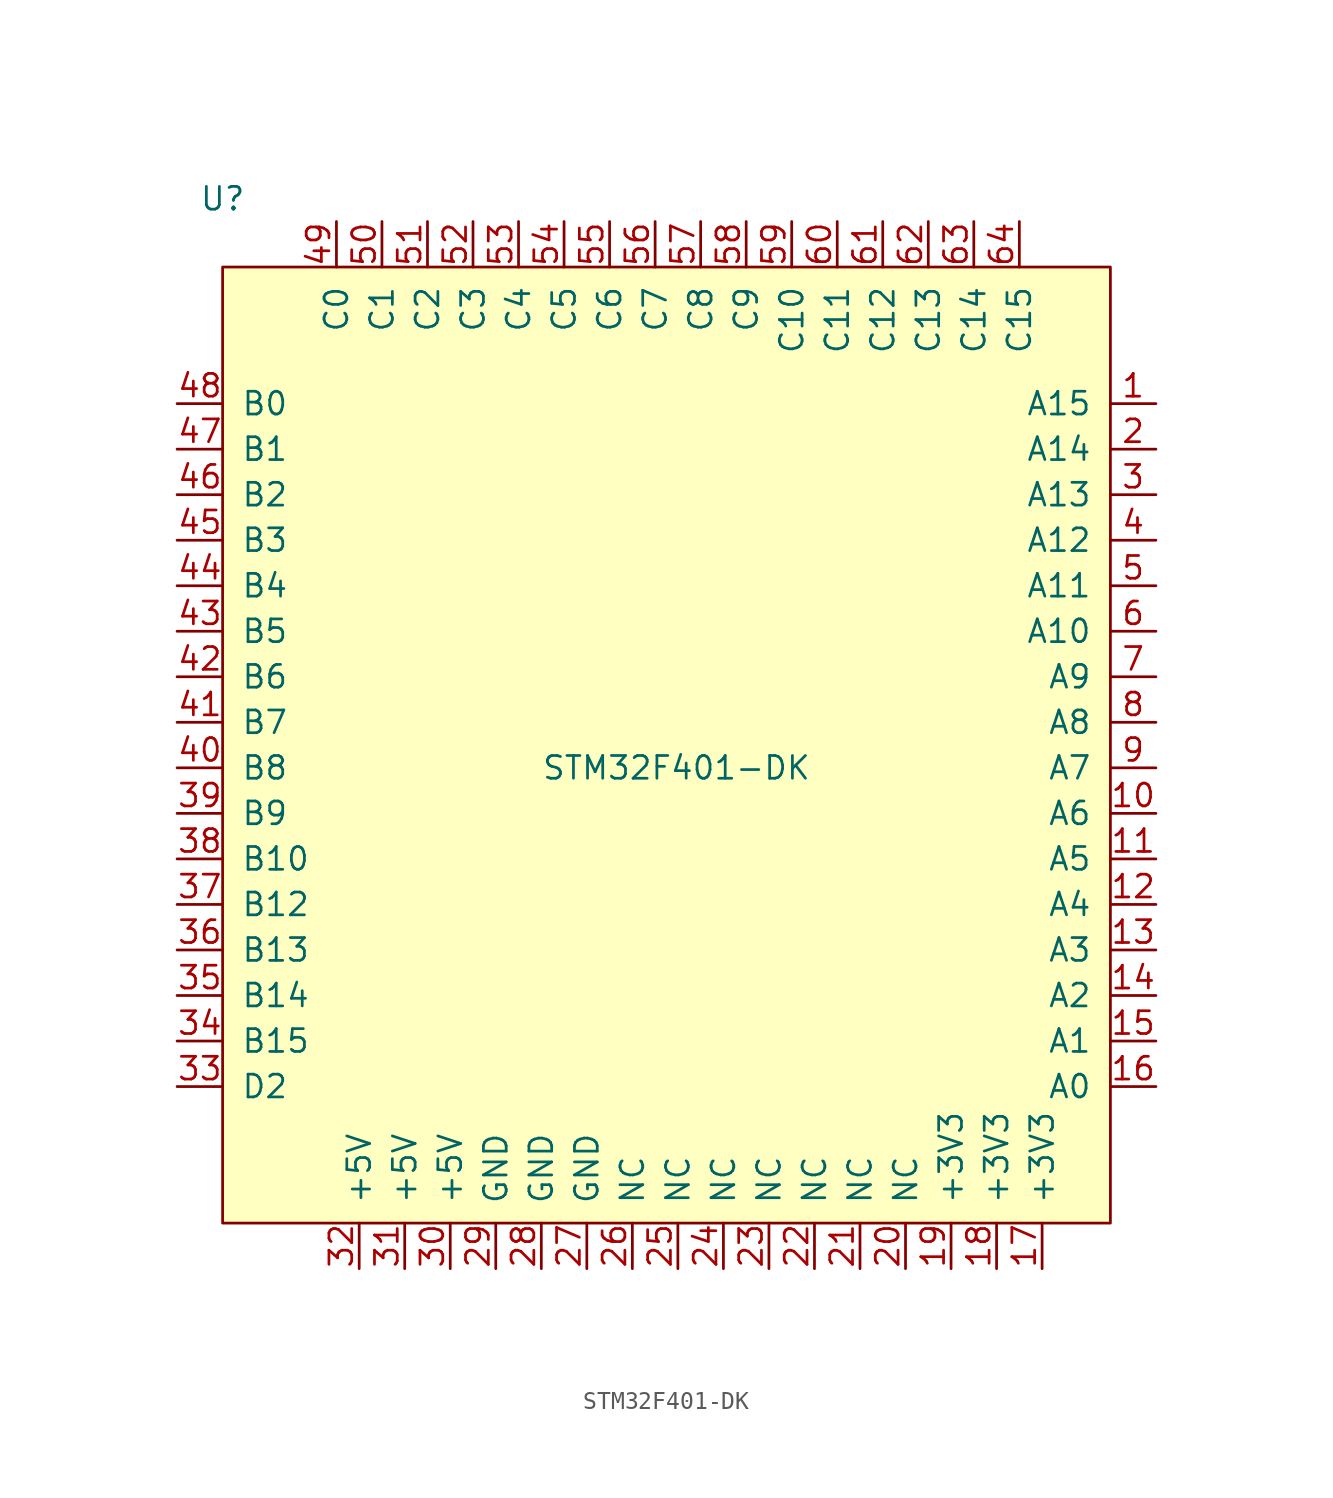
<source format=kicad_sym>
(kicad_symbol_lib
  (version 20241209)
  (generator "kicad_symbol_editor")
  (generator_version "9.0")
  (symbol "STM32F401-DK"
    (pin_names
      (offset 1.016))
    (property "Reference" "U"
      (at -25.4 30.48 0)
      (effects (font (size 1.27 1.27))))
    (property "Value" "STM32F401-DK"
      (at -7.62 -1.27 0)
      (effects (font (size 1.27 1.27)) (justify left)))
    (symbol "STM32F401-DK_0_1"
      (rectangle (start -25.4 26.67) (end 24.13 -26.67) (stroke (width 0) (type solid)) (fill (type background))))
    (symbol "STM32F401-DK_1_1"
      (pin input line (at -27.94 19.05 0) (length 2.54) (name "B0" (effects (font (size 1.27 1.27)))) (number "48" (effects (font (size 1.27 1.27)))))
      (pin input line (at -27.94 16.51 0) (length 2.54) (name "B1" (effects (font (size 1.27 1.27)))) (number "47" (effects (font (size 1.27 1.27)))))
      (pin input line (at -27.94 13.97 0) (length 2.54) (name "B2" (effects (font (size 1.27 1.27)))) (number "46" (effects (font (size 1.27 1.27)))))
      (pin input line (at -27.94 11.43 0) (length 2.54) (name "B3" (effects (font (size 1.27 1.27)))) (number "45" (effects (font (size 1.27 1.27)))))
      (pin input line (at -27.94 8.89 0) (length 2.54) (name "B4" (effects (font (size 1.27 1.27)))) (number "44" (effects (font (size 1.27 1.27)))))
      (pin input line (at -27.94 6.35 0) (length 2.54) (name "B5" (effects (font (size 1.27 1.27)))) (number "43" (effects (font (size 1.27 1.27)))))
      (pin input line (at -27.94 3.81 0) (length 2.54) (name "B6" (effects (font (size 1.27 1.27)))) (number "42" (effects (font (size 1.27 1.27)))))
      (pin input line (at -27.94 1.27 0) (length 2.54) (name "B7" (effects (font (size 1.27 1.27)))) (number "41" (effects (font (size 1.27 1.27)))))
      (pin input line (at -27.94 -1.27 0) (length 2.54) (name "B8" (effects (font (size 1.27 1.27)))) (number "40" (effects (font (size 1.27 1.27)))))
      (pin input line (at -27.94 -3.81 0) (length 2.54) (name "B9" (effects (font (size 1.27 1.27)))) (number "39" (effects (font (size 1.27 1.27)))))
      (pin input line (at -27.94 -6.35 0) (length 2.54) (name "B10" (effects (font (size 1.27 1.27)))) (number "38" (effects (font (size 1.27 1.27)))))
      (pin input line (at -27.94 -8.89 0) (length 2.54) (name "B12" (effects (font (size 1.27 1.27)))) (number "37" (effects (font (size 1.27 1.27)))))
      (pin input line (at -27.94 -11.43 0) (length 2.54) (name "B13" (effects (font (size 1.27 1.27)))) (number "36" (effects (font (size 1.27 1.27)))))
      (pin input line (at -27.94 -13.97 0) (length 2.54) (name "B14" (effects (font (size 1.27 1.27)))) (number "35" (effects (font (size 1.27 1.27)))))
      (pin input line (at -27.94 -16.51 0) (length 2.54) (name "B15" (effects (font (size 1.27 1.27)))) (number "34" (effects (font (size 1.27 1.27)))))
      (pin input line (at -27.94 -19.05 0) (length 2.54) (name "D2" (effects (font (size 1.27 1.27)))) (number "33" (effects (font (size 1.27 1.27)))))
      (pin input line (at -19.05 29.21 270) (length 2.54) (name "C0" (effects (font (size 1.27 1.27)))) (number "49" (effects (font (size 1.27 1.27)))))
      (pin power_in line (at -17.78 -29.21 90) (length 2.54) (name "+5V" (effects (font (size 1.27 1.27)))) (number "32" (effects (font (size 1.27 1.27)))))
      (pin input line (at -16.51 29.21 270) (length 2.54) (name "C1" (effects (font (size 1.27 1.27)))) (number "50" (effects (font (size 1.27 1.27)))))
      (pin power_in line (at -15.24 -29.21 90) (length 2.54) (name "+5V" (effects (font (size 1.27 1.27)))) (number "31" (effects (font (size 1.27 1.27)))))
      (pin input line (at -13.97 29.21 270) (length 2.54) (name "C2" (effects (font (size 1.27 1.27)))) (number "51" (effects (font (size 1.27 1.27)))))
      (pin power_in line (at -12.7 -29.21 90) (length 2.54) (name "+5V" (effects (font (size 1.27 1.27)))) (number "30" (effects (font (size 1.27 1.27)))))
      (pin input line (at -11.43 29.21 270) (length 2.54) (name "C3" (effects (font (size 1.27 1.27)))) (number "52" (effects (font (size 1.27 1.27)))))
      (pin power_in line (at -10.16 -29.21 90) (length 2.54) (name "GND" (effects (font (size 1.27 1.27)))) (number "29" (effects (font (size 1.27 1.27)))))
      (pin input line (at -8.89 29.21 270) (length 2.54) (name "C4" (effects (font (size 1.27 1.27)))) (number "53" (effects (font (size 1.27 1.27)))))
      (pin power_in line (at -7.62 -29.21 90) (length 2.54) (name "GND" (effects (font (size 1.27 1.27)))) (number "28" (effects (font (size 1.27 1.27)))))
      (pin input line (at -6.35 29.21 270) (length 2.54) (name "C5" (effects (font (size 1.27 1.27)))) (number "54" (effects (font (size 1.27 1.27)))))
      (pin power_in line (at -5.08 -29.21 90) (length 2.54) (name "GND" (effects (font (size 1.27 1.27)))) (number "27" (effects (font (size 1.27 1.27)))))
      (pin input line (at -3.81 29.21 270) (length 2.54) (name "C6" (effects (font (size 1.27 1.27)))) (number "55" (effects (font (size 1.27 1.27)))))
      (pin input line (at -2.54 -29.21 90) (length 2.54) (name "NC" (effects (font (size 1.27 1.27)))) (number "26" (effects (font (size 1.27 1.27)))))
      (pin input line (at -1.27 29.21 270) (length 2.54) (name "C7" (effects (font (size 1.27 1.27)))) (number "56" (effects (font (size 1.27 1.27)))))
      (pin input line (at 0 -29.21 90) (length 2.54) (name "NC" (effects (font (size 1.27 1.27)))) (number "25" (effects (font (size 1.27 1.27)))))
      (pin input line (at 1.27 29.21 270) (length 2.54) (name "C8" (effects (font (size 1.27 1.27)))) (number "57" (effects (font (size 1.27 1.27)))))
      (pin input line (at 2.54 -29.21 90) (length 2.54) (name "NC" (effects (font (size 1.27 1.27)))) (number "24" (effects (font (size 1.27 1.27)))))
      (pin input line (at 3.81 29.21 270) (length 2.54) (name "C9" (effects (font (size 1.27 1.27)))) (number "58" (effects (font (size 1.27 1.27)))))
      (pin input line (at 5.08 -29.21 90) (length 2.54) (name "NC" (effects (font (size 1.27 1.27)))) (number "23" (effects (font (size 1.27 1.27)))))
      (pin input line (at 6.35 29.21 270) (length 2.54) (name "C10" (effects (font (size 1.27 1.27)))) (number "59" (effects (font (size 1.27 1.27)))))
      (pin input line (at 7.62 -29.21 90) (length 2.54) (name "NC" (effects (font (size 1.27 1.27)))) (number "22" (effects (font (size 1.27 1.27)))))
      (pin input line (at 8.89 29.21 270) (length 2.54) (name "C11" (effects (font (size 1.27 1.27)))) (number "60" (effects (font (size 1.27 1.27)))))
      (pin input line (at 10.16 -29.21 90) (length 2.54) (name "NC" (effects (font (size 1.27 1.27)))) (number "21" (effects (font (size 1.27 1.27)))))
      (pin input line (at 11.43 29.21 270) (length 2.54) (name "C12" (effects (font (size 1.27 1.27)))) (number "61" (effects (font (size 1.27 1.27)))))
      (pin input line (at 12.7 -29.21 90) (length 2.54) (name "NC" (effects (font (size 1.27 1.27)))) (number "20" (effects (font (size 1.27 1.27)))))
      (pin input line (at 13.97 29.21 270) (length 2.54) (name "C13" (effects (font (size 1.27 1.27)))) (number "62" (effects (font (size 1.27 1.27)))))
      (pin power_in line (at 15.24 -29.21 90) (length 2.54) (name "+3V3" (effects (font (size 1.27 1.27)))) (number "19" (effects (font (size 1.27 1.27)))))
      (pin input line (at 16.51 29.21 270) (length 2.54) (name "C14" (effects (font (size 1.27 1.27)))) (number "63" (effects (font (size 1.27 1.27)))))
      (pin power_in line (at 17.78 -29.21 90) (length 2.54) (name "+3V3" (effects (font (size 1.27 1.27)))) (number "18" (effects (font (size 1.27 1.27)))))
      (pin input line (at 19.05 29.21 270) (length 2.54) (name "C15" (effects (font (size 1.27 1.27)))) (number "64" (effects (font (size 1.27 1.27)))))
      (pin power_in line (at 20.32 -29.21 90) (length 2.54) (name "+3V3" (effects (font (size 1.27 1.27)))) (number "17" (effects (font (size 1.27 1.27)))))
      (pin input line (at 26.67 19.05 180) (length 2.54) (name "A15" (effects (font (size 1.27 1.27)))) (number "1" (effects (font (size 1.27 1.27)))))
      (pin input line (at 26.67 16.51 180) (length 2.54) (name "A14" (effects (font (size 1.27 1.27)))) (number "2" (effects (font (size 1.27 1.27)))))
      (pin input line (at 26.67 13.97 180) (length 2.54) (name "A13" (effects (font (size 1.27 1.27)))) (number "3" (effects (font (size 1.27 1.27)))))
      (pin input line (at 26.67 11.43 180) (length 2.54) (name "A12" (effects (font (size 1.27 1.27)))) (number "4" (effects (font (size 1.27 1.27)))))
      (pin input line (at 26.67 8.89 180) (length 2.54) (name "A11" (effects (font (size 1.27 1.27)))) (number "5" (effects (font (size 1.27 1.27)))))
      (pin input line (at 26.67 6.35 180) (length 2.54) (name "A10" (effects (font (size 1.27 1.27)))) (number "6" (effects (font (size 1.27 1.27)))))
      (pin input line (at 26.67 3.81 180) (length 2.54) (name "A9" (effects (font (size 1.27 1.27)))) (number "7" (effects (font (size 1.27 1.27)))))
      (pin input line (at 26.67 1.27 180) (length 2.54) (name "A8" (effects (font (size 1.27 1.27)))) (number "8" (effects (font (size 1.27 1.27)))))
      (pin input line (at 26.67 -1.27 180) (length 2.54) (name "A7" (effects (font (size 1.27 1.27)))) (number "9" (effects (font (size 1.27 1.27)))))
      (pin input line (at 26.67 -3.81 180) (length 2.54) (name "A6" (effects (font (size 1.27 1.27)))) (number "10" (effects (font (size 1.27 1.27)))))
      (pin input line (at 26.67 -6.35 180) (length 2.54) (name "A5" (effects (font (size 1.27 1.27)))) (number "11" (effects (font (size 1.27 1.27)))))
      (pin input line (at 26.67 -8.89 180) (length 2.54) (name "A4" (effects (font (size 1.27 1.27)))) (number "12" (effects (font (size 1.27 1.27)))))
      (pin input line (at 26.67 -11.43 180) (length 2.54) (name "A3" (effects (font (size 1.27 1.27)))) (number "13" (effects (font (size 1.27 1.27)))))
      (pin input line (at 26.67 -13.97 180) (length 2.54) (name "A2" (effects (font (size 1.27 1.27)))) (number "14" (effects (font (size 1.27 1.27)))))
      (pin input line (at 26.67 -16.51 180) (length 2.54) (name "A1" (effects (font (size 1.27 1.27)))) (number "15" (effects (font (size 1.27 1.27)))))
      (pin input line (at 26.67 -19.05 180) (length 2.54) (name "A0" (effects (font (size 1.27 1.27)))) (number "16" (effects (font (size 1.27 1.27))))))))
</source>
